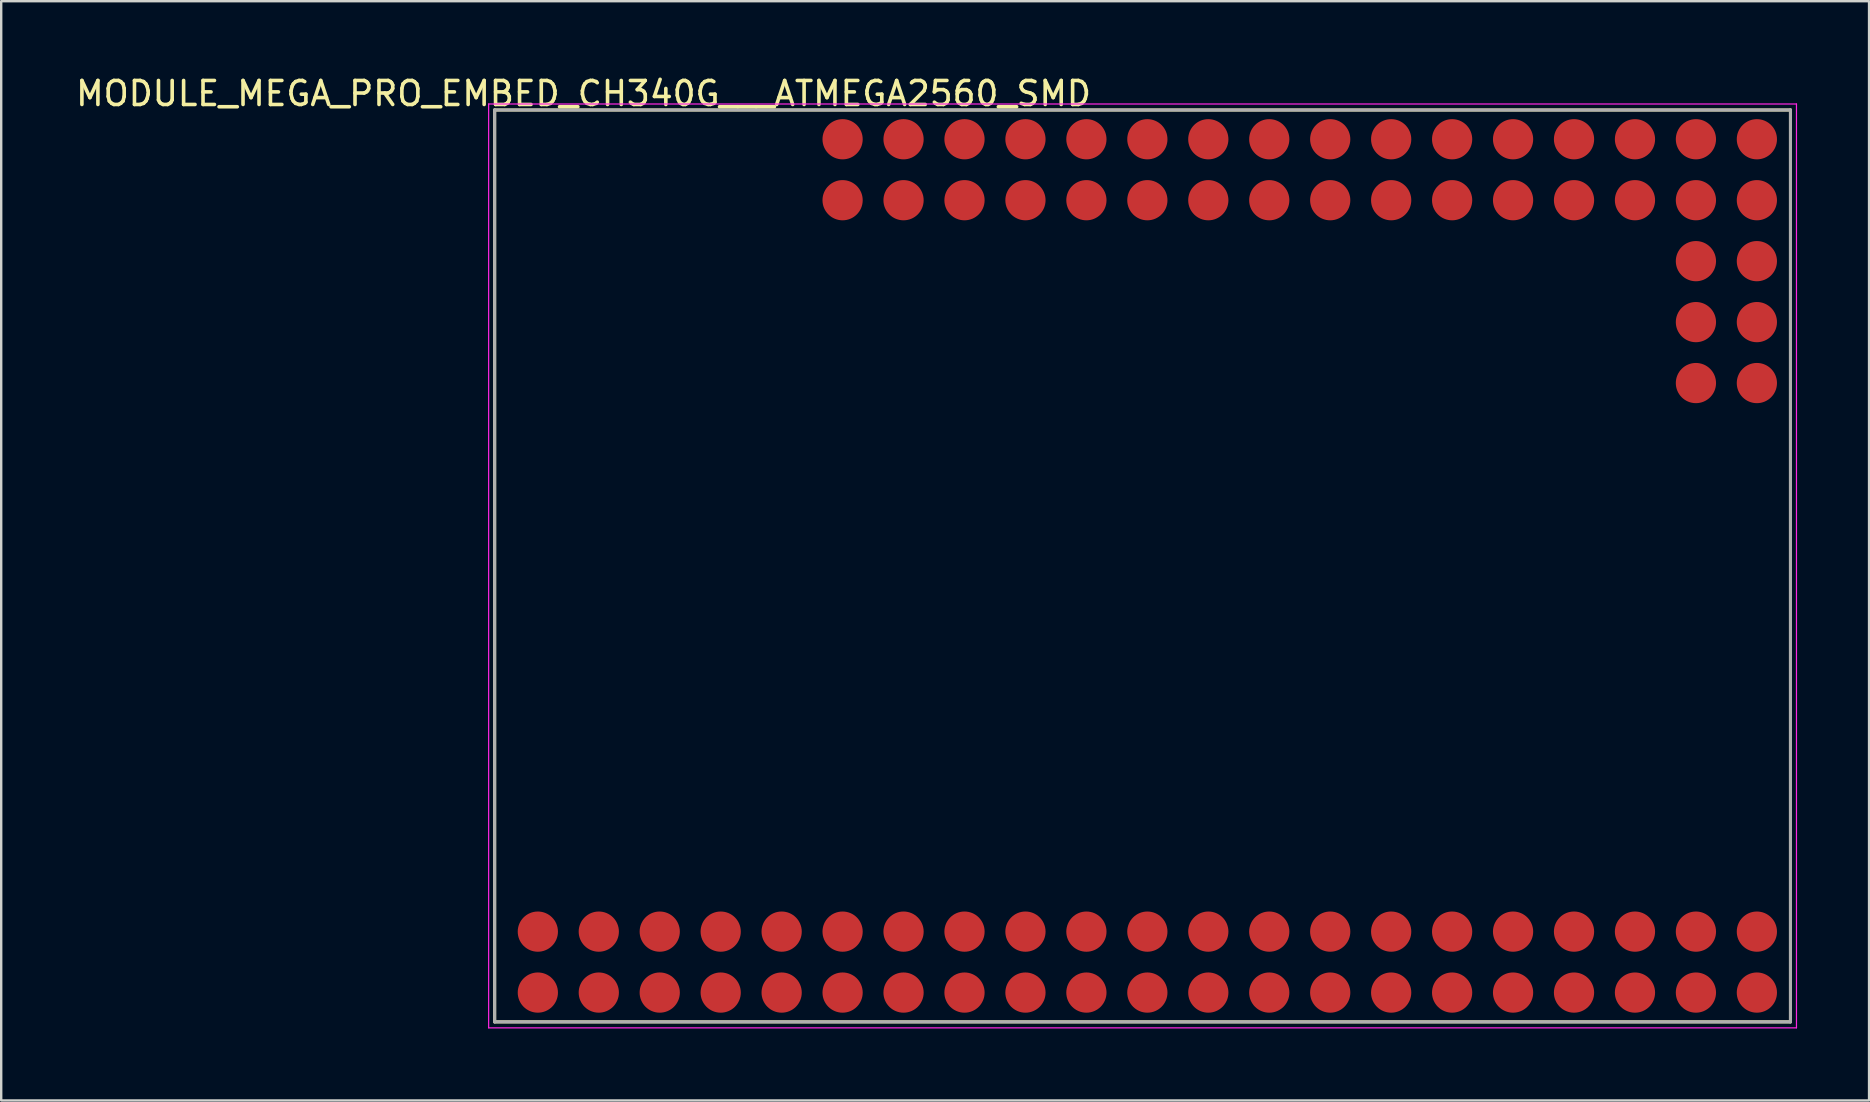
<source format=kicad_pcb>
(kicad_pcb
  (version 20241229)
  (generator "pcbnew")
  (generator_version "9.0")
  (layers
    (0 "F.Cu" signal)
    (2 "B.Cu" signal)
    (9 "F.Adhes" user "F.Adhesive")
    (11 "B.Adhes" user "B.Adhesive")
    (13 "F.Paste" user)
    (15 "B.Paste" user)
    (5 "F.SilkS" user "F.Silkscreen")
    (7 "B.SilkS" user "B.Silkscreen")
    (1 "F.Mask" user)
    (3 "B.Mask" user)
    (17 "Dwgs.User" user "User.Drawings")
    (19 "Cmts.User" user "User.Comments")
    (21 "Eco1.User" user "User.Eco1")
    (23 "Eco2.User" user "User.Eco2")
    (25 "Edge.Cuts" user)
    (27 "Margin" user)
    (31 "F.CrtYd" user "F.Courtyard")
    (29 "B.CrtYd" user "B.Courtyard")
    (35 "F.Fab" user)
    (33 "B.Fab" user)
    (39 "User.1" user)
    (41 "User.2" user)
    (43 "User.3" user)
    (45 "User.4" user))
  (footprint "MODULE_MEGA_PRO_EMBED_CH340G___ATMEGA2560_SMD"
    (layer "F.Cu")
    (at 44.563 20.533)
    (property "Reference" "MODULE_MEGA_PRO_EMBED_CH340G___ATMEGA2560_SMD" (at -23.295 -19.685 180) (layer "F.SilkS") (effects (font (size 1 1) (thickness 0.15))))
    (attr through_hole)
    (fp_line (start -27 -19) (end 27 -19) (stroke (width 0.127) (type solid)) (layer "F.SilkS"))
    (fp_line (start -27 19) (end -27 -19) (stroke (width 0.127) (type solid)) (layer "F.SilkS"))
    (fp_line (start -27 19) (end 27 19) (stroke (width 0.127) (type solid)) (layer "F.SilkS"))
    (fp_line (start 27 19) (end 27 -19) (stroke (width 0.127) (type solid)) (layer "F.SilkS"))
    (fp_line (start -27.25 -19.25) (end 27.25 -19.25) (stroke (width 0.05) (type solid)) (layer "F.CrtYd"))
    (fp_line (start -27.25 19.25) (end -27.25 -19.25) (stroke (width 0.05) (type solid)) (layer "F.CrtYd"))
    (fp_line (start 27.25 -19.25) (end 27.25 19.25) (stroke (width 0.05) (type solid)) (layer "F.CrtYd"))
    (fp_line (start 27.25 19.25) (end -27.25 19.25) (stroke (width 0.05) (type solid)) (layer "F.CrtYd"))
    (fp_line (start -27 -19) (end 27 -19) (stroke (width 0.127) (type solid)) (layer "F.Fab"))
    (fp_line (start -27 19) (end -27 -19) (stroke (width 0.127) (type solid)) (layer "F.Fab"))
    (fp_line (start -27 19) (end 27 19) (stroke (width 0.127) (type solid)) (layer "F.Fab"))
    (fp_line (start 27 19) (end 27 -19) (stroke (width 0.127) (type solid)) (layer "F.Fab"))
    (pad "3V3_1" smd circle (at -17.58 17.78) (size 1.676 1.676) (layers "F.Cu" "F.Mask" "F.Paste"))
    (pad "3V3_2" smd circle (at -17.58 15.24) (size 1.676 1.676) (layers "F.Cu" "F.Mask" "F.Paste"))
    (pad "5V_1" smd circle (at -20.12 17.78) (size 1.676 1.676) (layers "F.Cu" "F.Mask" "F.Paste"))
    (pad "5V_2" smd circle (at -20.12 15.24) (size 1.676 1.676) (layers "F.Cu" "F.Mask" "F.Paste"))
    (pad "A0" smd circle (at -12.5 -17.78) (size 1.676 1.676) (layers "F.Cu" "F.Mask" "F.Paste"))
    (pad "A1" smd circle (at -12.5 -15.24) (size 1.676 1.676) (layers "F.Cu" "F.Mask" "F.Paste"))
    (pad "A2" smd circle (at -9.96 -17.78) (size 1.676 1.676) (layers "F.Cu" "F.Mask" "F.Paste"))
    (pad "A3" smd circle (at -9.96 -15.24) (size 1.676 1.676) (layers "F.Cu" "F.Mask" "F.Paste"))
    (pad "A4" smd circle (at -7.42 -17.78) (size 1.676 1.676) (layers "F.Cu" "F.Mask" "F.Paste"))
    (pad "A5" smd circle (at -7.42 -15.24) (size 1.676 1.676) (layers "F.Cu" "F.Mask" "F.Paste"))
    (pad "A6" smd circle (at -4.88 -17.78) (size 1.676 1.676) (layers "F.Cu" "F.Mask" "F.Paste"))
    (pad "A7" smd circle (at -4.88 -15.24) (size 1.676 1.676) (layers "F.Cu" "F.Mask" "F.Paste"))
    (pad "A8" smd circle (at -2.34 -17.78) (size 1.676 1.676) (layers "F.Cu" "F.Mask" "F.Paste"))
    (pad "A9" smd circle (at -2.34 -15.24) (size 1.676 1.676) (layers "F.Cu" "F.Mask" "F.Paste"))
    (pad "A10" smd circle (at 0.2 -17.78) (size 1.676 1.676) (layers "F.Cu" "F.Mask" "F.Paste"))
    (pad "A11" smd circle (at 0.2 -15.24) (size 1.676 1.676) (layers "F.Cu" "F.Mask" "F.Paste"))
    (pad "A12" smd circle (at 2.74 -17.78) (size 1.676 1.676) (layers "F.Cu" "F.Mask" "F.Paste"))
    (pad "A13" smd circle (at 2.74 -15.24) (size 1.676 1.676) (layers "F.Cu" "F.Mask" "F.Paste"))
    (pad "A14" smd circle (at 5.28 -17.78) (size 1.676 1.676) (layers "F.Cu" "F.Mask" "F.Paste"))
    (pad "A15" smd circle (at 5.28 -15.24) (size 1.676 1.676) (layers "F.Cu" "F.Mask" "F.Paste"))
    (pad "AREF" smd circle (at -15.04 15.24) (size 1.676 1.676) (layers "F.Cu" "F.Mask" "F.Paste"))
    (pad "D2" smd circle (at -9.96 15.24) (size 1.676 1.676) (layers "F.Cu" "F.Mask" "F.Paste"))
    (pad "D3" smd circle (at -9.96 17.78) (size 1.676 1.676) (layers "F.Cu" "F.Mask" "F.Paste"))
    (pad "D4" smd circle (at -7.42 15.24) (size 1.676 1.676) (layers "F.Cu" "F.Mask" "F.Paste"))
    (pad "D5" smd circle (at -7.42 17.78) (size 1.676 1.676) (layers "F.Cu" "F.Mask" "F.Paste"))
    (pad "D6" smd circle (at -4.88 15.24) (size 1.676 1.676) (layers "F.Cu" "F.Mask" "F.Paste"))
    (pad "D7" smd circle (at -4.88 17.78) (size 1.676 1.676) (layers "F.Cu" "F.Mask" "F.Paste"))
    (pad "D8" smd circle (at -2.34 15.24) (size 1.676 1.676) (layers "F.Cu" "F.Mask" "F.Paste"))
    (pad "D9" smd circle (at -2.34 17.78) (size 1.676 1.676) (layers "F.Cu" "F.Mask" "F.Paste"))
    (pad "D10" smd circle (at 0.2 15.24) (size 1.676 1.676) (layers "F.Cu" "F.Mask" "F.Paste"))
    (pad "D11" smd circle (at 0.2 17.78) (size 1.676 1.676) (layers "F.Cu" "F.Mask" "F.Paste"))
    (pad "D12" smd circle (at 2.74 15.24) (size 1.676 1.676) (layers "F.Cu" "F.Mask" "F.Paste"))
    (pad "D13" smd circle (at 2.74 17.78) (size 1.676 1.676) (layers "F.Cu" "F.Mask" "F.Paste"))
    (pad "D14" smd circle (at 5.28 15.24) (size 1.676 1.676) (layers "F.Cu" "F.Mask" "F.Paste"))
    (pad "D15" smd circle (at 5.28 17.78) (size 1.676 1.676) (layers "F.Cu" "F.Mask" "F.Paste"))
    (pad "D16" smd circle (at 7.82 15.24) (size 1.676 1.676) (layers "F.Cu" "F.Mask" "F.Paste"))
    (pad "D17" smd circle (at 7.82 17.78) (size 1.676 1.676) (layers "F.Cu" "F.Mask" "F.Paste"))
    (pad "D18" smd circle (at 10.36 15.24) (size 1.676 1.676) (layers "F.Cu" "F.Mask" "F.Paste"))
    (pad "D19" smd circle (at 10.36 17.78) (size 1.676 1.676) (layers "F.Cu" "F.Mask" "F.Paste"))
    (pad "D20" smd circle (at 12.9 15.24) (size 1.676 1.676) (layers "F.Cu" "F.Mask" "F.Paste"))
    (pad "D21" smd circle (at 12.9 17.78) (size 1.676 1.676) (layers "F.Cu" "F.Mask" "F.Paste"))
    (pad "D22" smd circle (at 15.44 15.24) (size 1.676 1.676) (layers "F.Cu" "F.Mask" "F.Paste"))
    (pad "D23" smd circle (at 15.44 17.78) (size 1.676 1.676) (layers "F.Cu" "F.Mask" "F.Paste"))
    (pad "D24" smd circle (at 17.98 15.24) (size 1.676 1.676) (layers "F.Cu" "F.Mask" "F.Paste"))
    (pad "D25" smd circle (at 17.98 17.78) (size 1.676 1.676) (layers "F.Cu" "F.Mask" "F.Paste"))
    (pad "D26" smd circle (at 20.52 15.24) (size 1.676 1.676) (layers "F.Cu" "F.Mask" "F.Paste"))
    (pad "D27" smd circle (at 20.52 17.78) (size 1.676 1.676) (layers "F.Cu" "F.Mask" "F.Paste"))
    (pad "D28" smd circle (at 23.06 15.24) (size 1.676 1.676) (layers "F.Cu" "F.Mask" "F.Paste"))
    (pad "D29" smd circle (at 23.06 17.78) (size 1.676 1.676) (layers "F.Cu" "F.Mask" "F.Paste"))
    (pad "D30" smd circle (at 25.6 15.24) (size 1.676 1.676) (layers "F.Cu" "F.Mask" "F.Paste"))
    (pad "D31" smd circle (at 25.6 17.78) (size 1.676 1.676) (layers "F.Cu" "F.Mask" "F.Paste"))
    (pad "D32" smd circle (at 7.82 -17.78) (size 1.676 1.676) (layers "F.Cu" "F.Mask" "F.Paste"))
    (pad "D33" smd circle (at 7.82 -15.24) (size 1.676 1.676) (layers "F.Cu" "F.Mask" "F.Paste"))
    (pad "D34" smd circle (at 10.36 -17.78) (size 1.676 1.676) (layers "F.Cu" "F.Mask" "F.Paste"))
    (pad "D35" smd circle (at 10.36 -15.24) (size 1.676 1.676) (layers "F.Cu" "F.Mask" "F.Paste"))
    (pad "D36" smd circle (at 12.9 -17.78) (size 1.676 1.676) (layers "F.Cu" "F.Mask" "F.Paste"))
    (pad "D37" smd circle (at 12.9 -15.24) (size 1.676 1.676) (layers "F.Cu" "F.Mask" "F.Paste"))
    (pad "D38" smd circle (at 15.44 -17.78) (size 1.676 1.676) (layers "F.Cu" "F.Mask" "F.Paste"))
    (pad "D39" smd circle (at 15.44 -15.24) (size 1.676 1.676) (layers "F.Cu" "F.Mask" "F.Paste"))
    (pad "D40" smd circle (at 17.98 -17.78) (size 1.676 1.676) (layers "F.Cu" "F.Mask" "F.Paste"))
    (pad "D41" smd circle (at 17.98 -15.24) (size 1.676 1.676) (layers "F.Cu" "F.Mask" "F.Paste"))
    (pad "D42" smd circle (at 20.52 -17.78) (size 1.676 1.676) (layers "F.Cu" "F.Mask" "F.Paste"))
    (pad "D43" smd circle (at 20.52 -15.24) (size 1.676 1.676) (layers "F.Cu" "F.Mask" "F.Paste"))
    (pad "D44" smd circle (at 23.06 -17.78) (size 1.676 1.676) (layers "F.Cu" "F.Mask" "F.Paste"))
    (pad "D45" smd circle (at 23.06 -15.24) (size 1.676 1.676) (layers "F.Cu" "F.Mask" "F.Paste"))
    (pad "D46" smd circle (at 25.6 -17.78) (size 1.676 1.676) (layers "F.Cu" "F.Mask" "F.Paste"))
    (pad "D47" smd circle (at 25.6 -15.24) (size 1.676 1.676) (layers "F.Cu" "F.Mask" "F.Paste"))
    (pad "D48" smd circle (at 25.6 -12.7) (size 1.676 1.676) (layers "F.Cu" "F.Mask" "F.Paste"))
    (pad "D49" smd circle (at 23.06 -12.7) (size 1.676 1.676) (layers "F.Cu" "F.Mask" "F.Paste"))
    (pad "D50" smd circle (at 25.6 -10.16) (size 1.676 1.676) (layers "F.Cu" "F.Mask" "F.Paste"))
    (pad "D51" smd circle (at 23.06 -10.16) (size 1.676 1.676) (layers "F.Cu" "F.Mask" "F.Paste"))
    (pad "D52" smd circle (at 25.6 -7.62) (size 1.676 1.676) (layers "F.Cu" "F.Mask" "F.Paste"))
    (pad "D53" smd circle (at 23.06 -7.62) (size 1.676 1.676) (layers "F.Cu" "F.Mask" "F.Paste"))
    (pad "GND_1" smd circle (at -22.66 17.78) (size 1.676 1.676) (layers "F.Cu" "F.Mask" "F.Paste"))
    (pad "GND_2" smd circle (at -22.66 15.24) (size 1.676 1.676) (layers "F.Cu" "F.Mask" "F.Paste"))
    (pad "RST" smd circle (at -15.04 17.78) (size 1.676 1.676) (layers "F.Cu" "F.Mask" "F.Paste"))
    (pad "RX_D0" smd circle (at -12.5 15.24) (size 1.676 1.676) (layers "F.Cu" "F.Mask" "F.Paste"))
    (pad "TX_D1" smd circle (at -12.5 17.78) (size 1.676 1.676) (layers "F.Cu" "F.Mask" "F.Paste"))
    (pad "VIN_1" smd circle (at -25.2 17.78) (size 1.676 1.676) (layers "F.Cu" "F.Mask" "F.Paste"))
    (pad "VIN_2" smd circle (at -25.2 15.24) (size 1.676 1.676) (layers "F.Cu" "F.Mask" "F.Paste")))
  (gr_rect
    (start -3 -3)
    (end 74.838 42.808)
    (stroke (width 0.1) (type default))
    (fill no)
    (layer "Edge.Cuts")))
</source>
